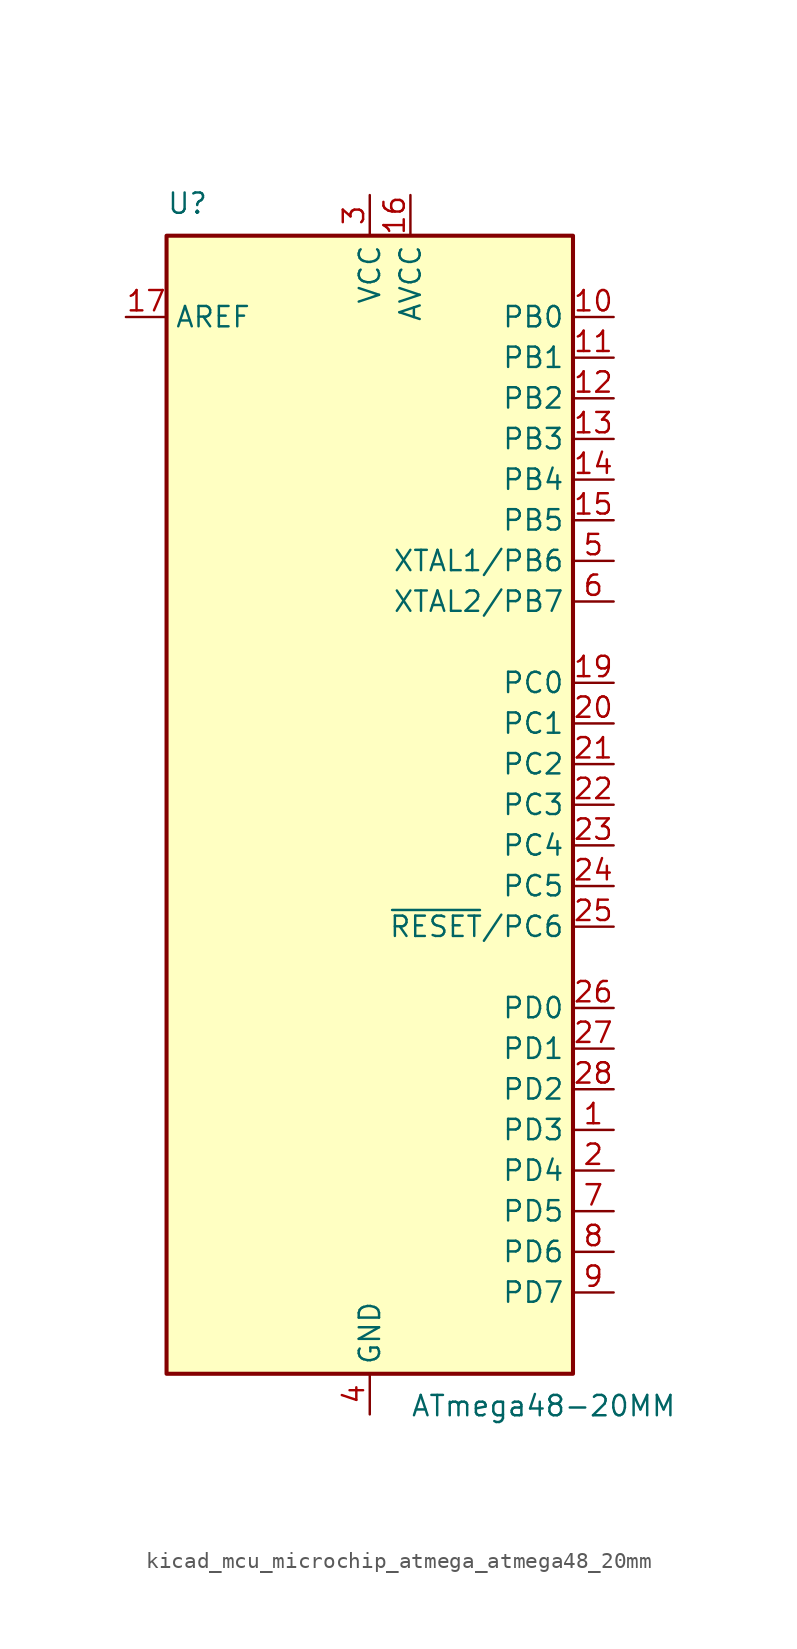
<source format=kicad_sym>
(kicad_symbol_lib
  (version 20220914)
  (generator kicad_symbol_editor)
  (symbol "kicad_mcu_microchip_atmega_atmega48_20mm"
    (property "Reference" "U"
      (at -12.7 36.83 0)
      (effects (font (size 1.27 1.27)) (justify left bottom)))
    (property "Value" "ATmega48-20MM"
      (at 2.54 -36.83 0)
      (effects (font (size 1.27 1.27)) (justify left top)))
    (symbol "kicad_mcu_microchip_atmega_atmega48_20mm_0_1"
      (rectangle (start -12.7 -35.56) (end 12.7 35.56) (stroke (width 0.254) (type default)) (fill (type background))))
    (symbol "kicad_mcu_microchip_atmega_atmega48_20mm_1_1"
      (pin bidirectional line (at 15.24 -20.32 180) (length 2.54) (name "PD3" (effects (font (size 1.27 1.27)))) (number "1" (effects (font (size 1.27 1.27)))))
      (pin bidirectional line (at 15.24 30.48 180) (length 2.54) (name "PB0" (effects (font (size 1.27 1.27)))) (number "10" (effects (font (size 1.27 1.27)))))
      (pin bidirectional line (at 15.24 27.94 180) (length 2.54) (name "PB1" (effects (font (size 1.27 1.27)))) (number "11" (effects (font (size 1.27 1.27)))))
      (pin bidirectional line (at 15.24 25.4 180) (length 2.54) (name "PB2" (effects (font (size 1.27 1.27)))) (number "12" (effects (font (size 1.27 1.27)))))
      (pin bidirectional line (at 15.24 22.86 180) (length 2.54) (name "PB3" (effects (font (size 1.27 1.27)))) (number "13" (effects (font (size 1.27 1.27)))))
      (pin bidirectional line (at 15.24 20.32 180) (length 2.54) (name "PB4" (effects (font (size 1.27 1.27)))) (number "14" (effects (font (size 1.27 1.27)))))
      (pin bidirectional line (at 15.24 17.78 180) (length 2.54) (name "PB5" (effects (font (size 1.27 1.27)))) (number "15" (effects (font (size 1.27 1.27)))))
      (pin power_in line (at 2.54 38.1 270) (length 2.54) (name "AVCC" (effects (font (size 1.27 1.27)))) (number "16" (effects (font (size 1.27 1.27)))))
      (pin passive line (at -15.24 30.48 0) (length 2.54) (name "AREF" (effects (font (size 1.27 1.27)))) (number "17" (effects (font (size 1.27 1.27)))))
      (pin passive line (at 0 -38.1 90) (length 2.54) hide (name "GND" (effects (font (size 1.27 1.27)))) (number "18" (effects (font (size 1.27 1.27)))))
      (pin bidirectional line (at 15.24 7.62 180) (length 2.54) (name "PC0" (effects (font (size 1.27 1.27)))) (number "19" (effects (font (size 1.27 1.27)))))
      (pin bidirectional line (at 15.24 -22.86 180) (length 2.54) (name "PD4" (effects (font (size 1.27 1.27)))) (number "2" (effects (font (size 1.27 1.27)))))
      (pin bidirectional line (at 15.24 5.08 180) (length 2.54) (name "PC1" (effects (font (size 1.27 1.27)))) (number "20" (effects (font (size 1.27 1.27)))))
      (pin bidirectional line (at 15.24 2.54 180) (length 2.54) (name "PC2" (effects (font (size 1.27 1.27)))) (number "21" (effects (font (size 1.27 1.27)))))
      (pin bidirectional line (at 15.24 0 180) (length 2.54) (name "PC3" (effects (font (size 1.27 1.27)))) (number "22" (effects (font (size 1.27 1.27)))))
      (pin bidirectional line (at 15.24 -2.54 180) (length 2.54) (name "PC4" (effects (font (size 1.27 1.27)))) (number "23" (effects (font (size 1.27 1.27)))))
      (pin bidirectional line (at 15.24 -5.08 180) (length 2.54) (name "PC5" (effects (font (size 1.27 1.27)))) (number "24" (effects (font (size 1.27 1.27)))))
      (pin bidirectional line (at 15.24 -7.62 180) (length 2.54) (name "~{RESET}/PC6" (effects (font (size 1.27 1.27)))) (number "25" (effects (font (size 1.27 1.27)))))
      (pin bidirectional line (at 15.24 -12.7 180) (length 2.54) (name "PD0" (effects (font (size 1.27 1.27)))) (number "26" (effects (font (size 1.27 1.27)))))
      (pin bidirectional line (at 15.24 -15.24 180) (length 2.54) (name "PD1" (effects (font (size 1.27 1.27)))) (number "27" (effects (font (size 1.27 1.27)))))
      (pin bidirectional line (at 15.24 -17.78 180) (length 2.54) (name "PD2" (effects (font (size 1.27 1.27)))) (number "28" (effects (font (size 1.27 1.27)))))
      (pin passive line (at 0 -38.1 90) (length 2.54) hide (name "GND" (effects (font (size 1.27 1.27)))) (number "29" (effects (font (size 1.27 1.27)))))
      (pin power_in line (at 0 38.1 270) (length 2.54) (name "VCC" (effects (font (size 1.27 1.27)))) (number "3" (effects (font (size 1.27 1.27)))))
      (pin power_in line (at 0 -38.1 90) (length 2.54) (name "GND" (effects (font (size 1.27 1.27)))) (number "4" (effects (font (size 1.27 1.27)))))
      (pin bidirectional line (at 15.24 15.24 180) (length 2.54) (name "XTAL1/PB6" (effects (font (size 1.27 1.27)))) (number "5" (effects (font (size 1.27 1.27)))))
      (pin bidirectional line (at 15.24 12.7 180) (length 2.54) (name "XTAL2/PB7" (effects (font (size 1.27 1.27)))) (number "6" (effects (font (size 1.27 1.27)))))
      (pin bidirectional line (at 15.24 -25.4 180) (length 2.54) (name "PD5" (effects (font (size 1.27 1.27)))) (number "7" (effects (font (size 1.27 1.27)))))
      (pin bidirectional line (at 15.24 -27.94 180) (length 2.54) (name "PD6" (effects (font (size 1.27 1.27)))) (number "8" (effects (font (size 1.27 1.27)))))
      (pin bidirectional line (at 15.24 -30.48 180) (length 2.54) (name "PD7" (effects (font (size 1.27 1.27)))) (number "9" (effects (font (size 1.27 1.27))))))))
</source>
